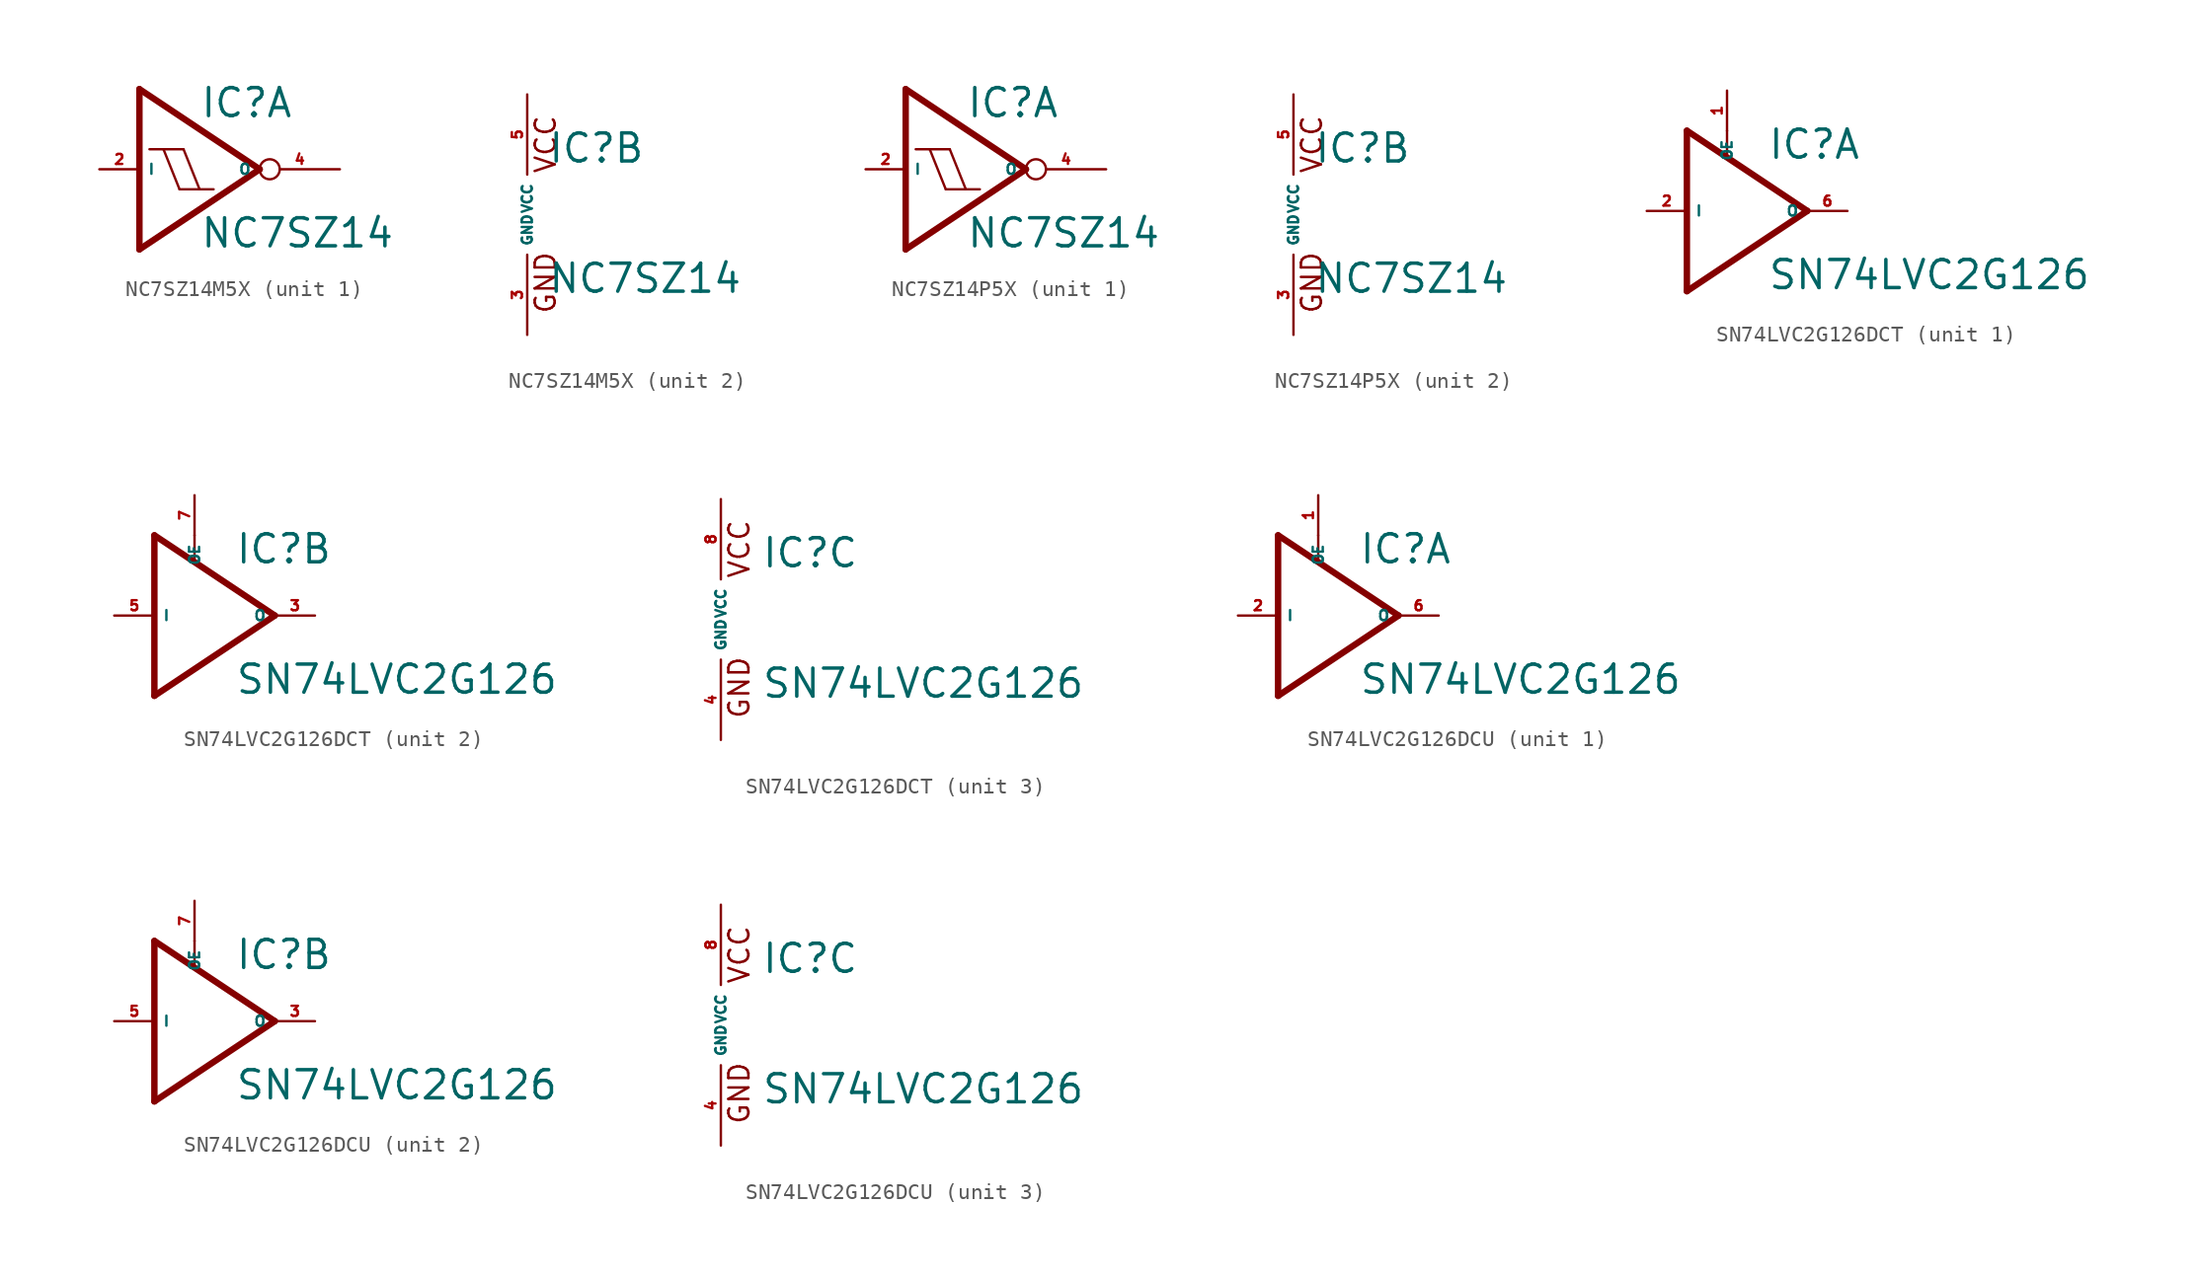
<source format=kicad_sym>
(kicad_symbol_lib
  (version 20220914)
  (generator Eagle2Kicad)
  (symbol "NC7SZ14M5X"
    (property "Reference" "IC"
      (at 1.27 3.175 0)
      (effects (font (size 1.778 1.778) (thickness 0.22)) (justify left bottom)))
    (property "Value" "NC7SZ14"
      (at 1.27 -5.08 0)
      (effects (font (size 1.778 1.778) (thickness 0.22)) (justify left bottom)))
    (symbol "NC7SZ14M5X_1_0"
      (polyline (pts (xy -2.54 5.08) (xy 5.08 0)) (stroke (width 0.406) (type default)) (fill (type none)))
      (polyline (pts (xy 5.08 0) (xy -2.54 -5.08)) (stroke (width 0.406) (type default)) (fill (type none)))
      (polyline (pts (xy -2.54 -5.08) (xy -2.54 5.08)) (stroke (width 0.406) (type default)) (fill (type none)))
      (polyline (pts (xy 1.27 -1.27) (xy 0.254 1.27)) (stroke (width 0.152) (type default)) (fill (type none)))
      (polyline (pts (xy 0 -1.27) (xy -1.016 1.27)) (stroke (width 0.152) (type default)) (fill (type none)))
      (polyline (pts (xy 0 -1.27) (xy 1.27 -1.27)) (stroke (width 0.152) (type default)) (fill (type none)))
      (polyline (pts (xy 1.27 -1.27) (xy 2.159 -1.27)) (stroke (width 0.152) (type default)) (fill (type none)))
      (polyline (pts (xy -1.905 1.27) (xy -1.016 1.27)) (stroke (width 0.152) (type default)) (fill (type none)))
      (polyline (pts (xy -1.016 1.27) (xy 0.254 1.27)) (stroke (width 0.152) (type default)) (fill (type none)))
      (pin input line (at -5.08 0 0) (length 2.54) (name "I" (effects (font (size 0.635 0.635) (thickness 0.08)) (justify left bottom))) (number "2" (effects (font (size 0.635 0.635) (thickness 0.08)) (justify left bottom))))
      (pin output inverted (at 10.16 0 180) (length 5.08) (name "O" (effects (font (size 0.635 0.635) (thickness 0.08)) (justify left bottom))) (number "4" (effects (font (size 0.635 0.635) (thickness 0.08)) (justify left bottom)))))
    (symbol "NC7SZ14M5X_2_0"
      (text "GND" (at 1.905 -6.35 900) (effects (font (size 1.27 1.27) (thickness 0.16)) (justify left bottom)))
      (text "VCC" (at 1.905 2.54 900) (effects (font (size 1.27 1.27) (thickness 0.16)) (justify left bottom)))
      (pin unspecified line (at 0 -7.62 90) (length 5.08) (name "GND" (effects (font (size 0.635 0.635) (thickness 0.08)) (justify left bottom))) (number "3" (effects (font (size 0.635 0.635) (thickness 0.08)) (justify left bottom))))
      (pin unspecified line (at 0 7.62 270) (length 5.08) (name "VCC" (effects (font (size 0.635 0.635) (thickness 0.08)) (justify left bottom))) (number "5" (effects (font (size 0.635 0.635) (thickness 0.08)) (justify left bottom))))))
  (symbol "NC7SZ14P5X"
    (property "Reference" "IC"
      (at 1.27 3.175 0)
      (effects (font (size 1.778 1.778) (thickness 0.22)) (justify left bottom)))
    (property "Value" "NC7SZ14"
      (at 1.27 -5.08 0)
      (effects (font (size 1.778 1.778) (thickness 0.22)) (justify left bottom)))
    (symbol "NC7SZ14P5X_1_0"
      (polyline (pts (xy -2.54 5.08) (xy 5.08 0)) (stroke (width 0.406) (type default)) (fill (type none)))
      (polyline (pts (xy 5.08 0) (xy -2.54 -5.08)) (stroke (width 0.406) (type default)) (fill (type none)))
      (polyline (pts (xy -2.54 -5.08) (xy -2.54 5.08)) (stroke (width 0.406) (type default)) (fill (type none)))
      (polyline (pts (xy 1.27 -1.27) (xy 0.254 1.27)) (stroke (width 0.152) (type default)) (fill (type none)))
      (polyline (pts (xy 0 -1.27) (xy -1.016 1.27)) (stroke (width 0.152) (type default)) (fill (type none)))
      (polyline (pts (xy 0 -1.27) (xy 1.27 -1.27)) (stroke (width 0.152) (type default)) (fill (type none)))
      (polyline (pts (xy 1.27 -1.27) (xy 2.159 -1.27)) (stroke (width 0.152) (type default)) (fill (type none)))
      (polyline (pts (xy -1.905 1.27) (xy -1.016 1.27)) (stroke (width 0.152) (type default)) (fill (type none)))
      (polyline (pts (xy -1.016 1.27) (xy 0.254 1.27)) (stroke (width 0.152) (type default)) (fill (type none)))
      (pin input line (at -5.08 0 0) (length 2.54) (name "I" (effects (font (size 0.635 0.635) (thickness 0.08)) (justify left bottom))) (number "2" (effects (font (size 0.635 0.635) (thickness 0.08)) (justify left bottom))))
      (pin output inverted (at 10.16 0 180) (length 5.08) (name "O" (effects (font (size 0.635 0.635) (thickness 0.08)) (justify left bottom))) (number "4" (effects (font (size 0.635 0.635) (thickness 0.08)) (justify left bottom)))))
    (symbol "NC7SZ14P5X_2_0"
      (text "GND" (at 1.905 -6.35 900) (effects (font (size 1.27 1.27) (thickness 0.16)) (justify left bottom)))
      (text "VCC" (at 1.905 2.54 900) (effects (font (size 1.27 1.27) (thickness 0.16)) (justify left bottom)))
      (pin unspecified line (at 0 -7.62 90) (length 5.08) (name "GND" (effects (font (size 0.635 0.635) (thickness 0.08)) (justify left bottom))) (number "3" (effects (font (size 0.635 0.635) (thickness 0.08)) (justify left bottom))))
      (pin unspecified line (at 0 7.62 270) (length 5.08) (name "VCC" (effects (font (size 0.635 0.635) (thickness 0.08)) (justify left bottom))) (number "5" (effects (font (size 0.635 0.635) (thickness 0.08)) (justify left bottom))))))
  (symbol "SN74LVC2G126DCT"
    (property "Reference" "IC"
      (at 2.54 3.175 0)
      (effects (font (size 1.778 1.778) (thickness 0.22)) (justify left bottom)))
    (property "Value" "SN74LVC2G126"
      (at 2.54 -5.08 0)
      (effects (font (size 1.778 1.778) (thickness 0.22)) (justify left bottom)))
    (symbol "SN74LVC2G126DCT_1_0"
      (polyline (pts (xy -2.54 -5.08) (xy -2.54 5.08)) (stroke (width 0.406) (type default)) (fill (type none)))
      (polyline (pts (xy 0 5.08) (xy 0 3.556)) (stroke (width 0.152) (type default)) (fill (type none)))
      (polyline (pts (xy 5.08 0) (xy -2.54 5.08)) (stroke (width 0.406) (type default)) (fill (type none)))
      (polyline (pts (xy 5.08 0) (xy -2.54 -5.08)) (stroke (width 0.406) (type default)) (fill (type none)))
      (pin input line (at 0 7.62 270) (length 2.54) (name "OE" (effects (font (size 0.635 0.635) (thickness 0.08)) (justify left bottom))) (number "1" (effects (font (size 0.635 0.635) (thickness 0.08)) (justify left bottom))))
      (pin input line (at -5.08 0 0) (length 2.54) (name "I" (effects (font (size 0.635 0.635) (thickness 0.08)) (justify left bottom))) (number "2" (effects (font (size 0.635 0.635) (thickness 0.08)) (justify left bottom))))
      (pin output line (at 7.62 0 180) (length 2.54) (name "O" (effects (font (size 0.635 0.635) (thickness 0.08)) (justify left bottom))) (number "6" (effects (font (size 0.635 0.635) (thickness 0.08)) (justify left bottom)))))
    (symbol "SN74LVC2G126DCT_2_0"
      (polyline (pts (xy -2.54 -5.08) (xy -2.54 5.08)) (stroke (width 0.406) (type default)) (fill (type none)))
      (polyline (pts (xy 0 5.08) (xy 0 3.556)) (stroke (width 0.152) (type default)) (fill (type none)))
      (polyline (pts (xy 5.08 0) (xy -2.54 5.08)) (stroke (width 0.406) (type default)) (fill (type none)))
      (polyline (pts (xy 5.08 0) (xy -2.54 -5.08)) (stroke (width 0.406) (type default)) (fill (type none)))
      (pin input line (at 0 7.62 270) (length 2.54) (name "OE" (effects (font (size 0.635 0.635) (thickness 0.08)) (justify left bottom))) (number "7" (effects (font (size 0.635 0.635) (thickness 0.08)) (justify left bottom))))
      (pin input line (at -5.08 0 0) (length 2.54) (name "I" (effects (font (size 0.635 0.635) (thickness 0.08)) (justify left bottom))) (number "5" (effects (font (size 0.635 0.635) (thickness 0.08)) (justify left bottom))))
      (pin output line (at 7.62 0 180) (length 2.54) (name "O" (effects (font (size 0.635 0.635) (thickness 0.08)) (justify left bottom))) (number "3" (effects (font (size 0.635 0.635) (thickness 0.08)) (justify left bottom)))))
    (symbol "SN74LVC2G126DCT_3_0"
      (text "GND" (at 1.905 -6.35 900) (effects (font (size 1.27 1.27) (thickness 0.16)) (justify left bottom)))
      (text "VCC" (at 1.905 2.54 900) (effects (font (size 1.27 1.27) (thickness 0.16)) (justify left bottom)))
      (pin unspecified line (at 0 -7.62 90) (length 5.08) (name "GND" (effects (font (size 0.635 0.635) (thickness 0.08)) (justify left bottom))) (number "4" (effects (font (size 0.635 0.635) (thickness 0.08)) (justify left bottom))))
      (pin unspecified line (at 0 7.62 270) (length 5.08) (name "VCC" (effects (font (size 0.635 0.635) (thickness 0.08)) (justify left bottom))) (number "8" (effects (font (size 0.635 0.635) (thickness 0.08)) (justify left bottom))))))
  (symbol "SN74LVC2G126DCU"
    (property "Reference" "IC"
      (at 2.54 3.175 0)
      (effects (font (size 1.778 1.778) (thickness 0.22)) (justify left bottom)))
    (property "Value" "SN74LVC2G126"
      (at 2.54 -5.08 0)
      (effects (font (size 1.778 1.778) (thickness 0.22)) (justify left bottom)))
    (symbol "SN74LVC2G126DCU_1_0"
      (polyline (pts (xy -2.54 -5.08) (xy -2.54 5.08)) (stroke (width 0.406) (type default)) (fill (type none)))
      (polyline (pts (xy 0 5.08) (xy 0 3.556)) (stroke (width 0.152) (type default)) (fill (type none)))
      (polyline (pts (xy 5.08 0) (xy -2.54 5.08)) (stroke (width 0.406) (type default)) (fill (type none)))
      (polyline (pts (xy 5.08 0) (xy -2.54 -5.08)) (stroke (width 0.406) (type default)) (fill (type none)))
      (pin input line (at 0 7.62 270) (length 2.54) (name "OE" (effects (font (size 0.635 0.635) (thickness 0.08)) (justify left bottom))) (number "1" (effects (font (size 0.635 0.635) (thickness 0.08)) (justify left bottom))))
      (pin input line (at -5.08 0 0) (length 2.54) (name "I" (effects (font (size 0.635 0.635) (thickness 0.08)) (justify left bottom))) (number "2" (effects (font (size 0.635 0.635) (thickness 0.08)) (justify left bottom))))
      (pin output line (at 7.62 0 180) (length 2.54) (name "O" (effects (font (size 0.635 0.635) (thickness 0.08)) (justify left bottom))) (number "6" (effects (font (size 0.635 0.635) (thickness 0.08)) (justify left bottom)))))
    (symbol "SN74LVC2G126DCU_2_0"
      (polyline (pts (xy -2.54 -5.08) (xy -2.54 5.08)) (stroke (width 0.406) (type default)) (fill (type none)))
      (polyline (pts (xy 0 5.08) (xy 0 3.556)) (stroke (width 0.152) (type default)) (fill (type none)))
      (polyline (pts (xy 5.08 0) (xy -2.54 5.08)) (stroke (width 0.406) (type default)) (fill (type none)))
      (polyline (pts (xy 5.08 0) (xy -2.54 -5.08)) (stroke (width 0.406) (type default)) (fill (type none)))
      (pin input line (at 0 7.62 270) (length 2.54) (name "OE" (effects (font (size 0.635 0.635) (thickness 0.08)) (justify left bottom))) (number "7" (effects (font (size 0.635 0.635) (thickness 0.08)) (justify left bottom))))
      (pin input line (at -5.08 0 0) (length 2.54) (name "I" (effects (font (size 0.635 0.635) (thickness 0.08)) (justify left bottom))) (number "5" (effects (font (size 0.635 0.635) (thickness 0.08)) (justify left bottom))))
      (pin output line (at 7.62 0 180) (length 2.54) (name "O" (effects (font (size 0.635 0.635) (thickness 0.08)) (justify left bottom))) (number "3" (effects (font (size 0.635 0.635) (thickness 0.08)) (justify left bottom)))))
    (symbol "SN74LVC2G126DCU_3_0"
      (text "GND" (at 1.905 -6.35 900) (effects (font (size 1.27 1.27) (thickness 0.16)) (justify left bottom)))
      (text "VCC" (at 1.905 2.54 900) (effects (font (size 1.27 1.27) (thickness 0.16)) (justify left bottom)))
      (pin unspecified line (at 0 -7.62 90) (length 5.08) (name "GND" (effects (font (size 0.635 0.635) (thickness 0.08)) (justify left bottom))) (number "4" (effects (font (size 0.635 0.635) (thickness 0.08)) (justify left bottom))))
      (pin unspecified line (at 0 7.62 270) (length 5.08) (name "VCC" (effects (font (size 0.635 0.635) (thickness 0.08)) (justify left bottom))) (number "8" (effects (font (size 0.635 0.635) (thickness 0.08)) (justify left bottom)))))))
</source>
